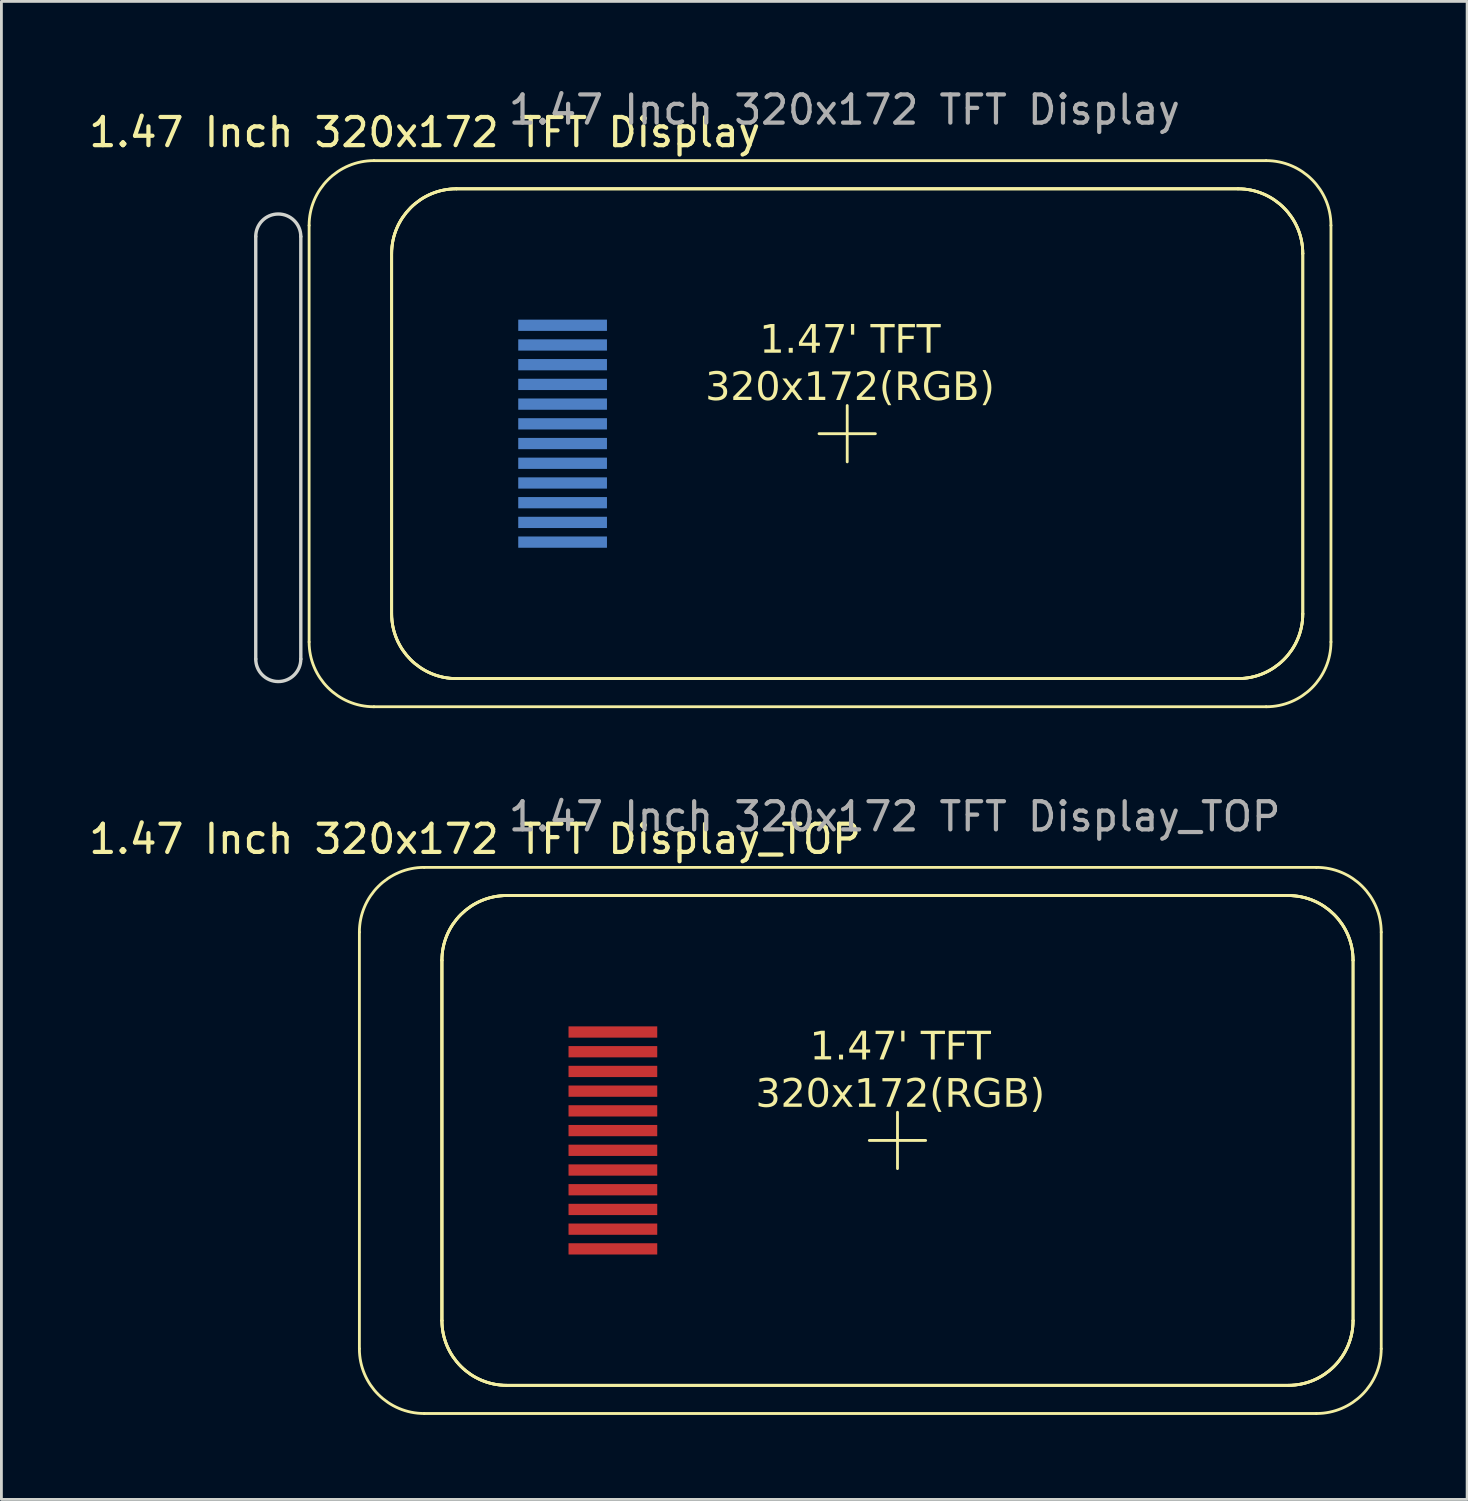
<source format=kicad_pcb>
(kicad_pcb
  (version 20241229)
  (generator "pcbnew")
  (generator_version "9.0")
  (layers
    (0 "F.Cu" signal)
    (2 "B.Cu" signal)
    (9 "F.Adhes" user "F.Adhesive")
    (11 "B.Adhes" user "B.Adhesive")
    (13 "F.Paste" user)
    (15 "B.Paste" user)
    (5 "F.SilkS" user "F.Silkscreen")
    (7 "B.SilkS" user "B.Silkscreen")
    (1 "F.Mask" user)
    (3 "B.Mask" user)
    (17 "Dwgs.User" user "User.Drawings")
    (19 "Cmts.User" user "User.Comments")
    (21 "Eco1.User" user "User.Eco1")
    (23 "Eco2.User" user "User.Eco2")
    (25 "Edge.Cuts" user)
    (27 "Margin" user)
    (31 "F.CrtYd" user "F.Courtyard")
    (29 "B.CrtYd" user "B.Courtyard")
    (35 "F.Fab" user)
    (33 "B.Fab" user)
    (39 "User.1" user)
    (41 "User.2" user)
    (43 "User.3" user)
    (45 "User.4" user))
  (footprint "1.47 Inch 320x172 TFT Display"
    (layer "F.Cu")
    (at 27.03 12.348)
    (property "Reference" "1.47 Inch 320x172 TFT Display" (at -15 -10.7 0) (unlocked yes) (layer "F.SilkS") (effects (font (size 1 1) (thickness 0.15))))
    (attr smd)
    (fp_line (start -19.105 -7.395) (end -19.105 7.395) (stroke (width 0.1) (type solid)) (layer "F.SilkS"))
    (fp_line (start -16.805 9.695) (end 14.875 9.695) (stroke (width 0.1) (type solid)) (layer "F.SilkS"))
    (fp_line (start -16.175 -6.395) (end -16.175 6.395) (stroke (width 0.1) (type solid)) (layer "F.SilkS"))
    (fp_line (start -16.175 -6.395) (end -16.175 6.395) (stroke (width 0.1) (type solid)) (layer "F.SilkS"))
    (fp_line (start -16.175 6.395) (end -16.175 -6.395) (stroke (width 0.1) (type solid)) (layer "F.SilkS"))
    (fp_line (start -13.875 -8.695) (end 13.875 -8.695) (stroke (width 0.1) (type solid)) (layer "F.SilkS"))
    (fp_line (start -13.875 8.695) (end 13.875 8.695) (stroke (width 0.1) (type solid)) (layer "F.SilkS"))
    (fp_line (start -13.875 8.695) (end 13.875 8.695) (stroke (width 0.1) (type solid)) (layer "F.SilkS"))
    (fp_line (start 0 1) (end 0 -1) (stroke (width 0.1) (type solid)) (layer "F.SilkS"))
    (fp_line (start 1 0) (end -1 0) (stroke (width 0.1) (type solid)) (layer "F.SilkS"))
    (fp_line (start 13.875 -8.695) (end -13.875 -8.695) (stroke (width 0.1) (type solid)) (layer "F.SilkS"))
    (fp_line (start 13.875 -8.695) (end -13.875 -8.695) (stroke (width 0.1) (type solid)) (layer "F.SilkS"))
    (fp_line (start 13.875 8.695) (end -13.875 8.695) (stroke (width 0.1) (type solid)) (layer "F.SilkS"))
    (fp_line (start 14.875 -9.695) (end -16.805 -9.695) (stroke (width 0.1) (type solid)) (layer "F.SilkS"))
    (fp_line (start 16.175 6.395) (end 16.175 -6.395) (stroke (width 0.1) (type solid)) (layer "F.SilkS"))
    (fp_line (start 16.175 6.395) (end 16.175 -6.395) (stroke (width 0.1) (type solid)) (layer "F.SilkS"))
    (fp_line (start 17.175 7.395) (end 17.175 -7.395) (stroke (width 0.1) (type solid)) (layer "F.SilkS"))
    (fp_arc (start -19.105 -7.395) (mid -18.431346 -9.021346) (end -16.805 -9.695) (stroke (width 0.1) (type solid)) (layer "F.SilkS"))
    (fp_arc (start -16.805 9.695) (mid -18.431346 9.021346) (end -19.105 7.395) (stroke (width 0.1) (type solid)) (layer "F.SilkS"))
    (fp_arc (start -16.175 -6.395) (mid -15.501346 -8.021346) (end -13.875 -8.695) (stroke (width 0.1) (type solid)) (layer "F.SilkS"))
    (fp_arc (start -16.175 -6.395) (mid -15.501346 -8.021346) (end -13.875 -8.695) (stroke (width 0.1) (type solid)) (layer "F.SilkS"))
    (fp_arc (start -16.175 -6.395) (mid -15.501346 -8.021346) (end -13.875 -8.695) (stroke (width 0.1) (type solid)) (layer "F.SilkS"))
    (fp_arc (start -13.875 8.695) (mid -15.501346 8.021346) (end -16.175 6.395) (stroke (width 0.1) (type solid)) (layer "F.SilkS"))
    (fp_arc (start -13.875 8.695) (mid -15.501346 8.021346) (end -16.175 6.395) (stroke (width 0.1) (type solid)) (layer "F.SilkS"))
    (fp_arc (start -13.875 8.695) (mid -15.501346 8.021346) (end -16.175 6.395) (stroke (width 0.1) (type solid)) (layer "F.SilkS"))
    (fp_arc (start 13.875 -8.695) (mid 15.501346 -8.021346) (end 16.175 -6.395) (stroke (width 0.1) (type solid)) (layer "F.SilkS"))
    (fp_arc (start 13.875 -8.695) (mid 15.501346 -8.021346) (end 16.175 -6.395) (stroke (width 0.1) (type solid)) (layer "F.SilkS"))
    (fp_arc (start 13.875 -8.695) (mid 15.501346 -8.021346) (end 16.175 -6.395) (stroke (width 0.1) (type solid)) (layer "F.SilkS"))
    (fp_arc (start 14.875 -9.695) (mid 16.501346 -9.021346) (end 17.175 -7.395) (stroke (width 0.1) (type solid)) (layer "F.SilkS"))
    (fp_arc (start 16.175 6.395) (mid 15.501346 8.021346) (end 13.875 8.695) (stroke (width 0.1) (type solid)) (layer "F.SilkS"))
    (fp_arc (start 16.175 6.395) (mid 15.501346 8.021346) (end 13.875 8.695) (stroke (width 0.1) (type solid)) (layer "F.SilkS"))
    (fp_arc (start 16.175 6.395) (mid 15.501346 8.021346) (end 13.875 8.695) (stroke (width 0.1) (type solid)) (layer "F.SilkS"))
    (fp_arc (start 17.175 7.395) (mid 16.501346 9.021346) (end 14.875 9.695) (stroke (width 0.1) (type solid)) (layer "F.SilkS"))
    (fp_line (start -21 -7) (end -21 8) (stroke (width 0.12) (type default)) (layer "Edge.Cuts"))
    (fp_line (start -19.4 -7) (end -19.4 8) (stroke (width 0.12) (type default)) (layer "Edge.Cuts"))
    (fp_arc (start -21 -7) (mid -20.2 -7.8) (end -19.4 -7) (stroke (width 0.12) (type default)) (layer "Edge.Cuts"))
    (fp_arc (start -19.4 8) (mid -20.2 8.8) (end -21 8) (stroke (width 0.12) (type default)) (layer "Edge.Cuts"))
    (fp_text user "${REFERENCE}" (at -0.1 -11.5 0) (unlocked yes) (layer "F.Fab") (effects (font (size 1 1) (thickness 0.15))))
    (fp_text_box "1.47' TFT\n320x172(RGB)" (start -5.25 -5.8) (end 5.45 0.9) (margins 0.75 0.75 0.75 0.75) (layer "F.SilkS") (effects (font (face "MS Gothic") (size 1 1))) (border no) (stroke (width -0.000001) (type solid)))
    (pad "1" smd rect (at -10.105 3.85 90) (size 0.4 3.15) (layers "B.Cu" "B.Mask" "B.Paste"))
    (pad "2" smd rect (at -10.105 3.15 90) (size 0.4 3.15) (layers "B.Cu" "B.Mask" "B.Paste"))
    (pad "3" smd rect (at -10.105 2.45 90) (size 0.4 3.15) (layers "B.Cu" "B.Mask" "B.Paste"))
    (pad "4" smd rect (at -10.105 1.75 90) (size 0.4 3.15) (layers "B.Cu" "B.Mask" "B.Paste"))
    (pad "5" smd rect (at -10.105 1.05 90) (size 0.4 3.15) (layers "B.Cu" "B.Mask" "B.Paste"))
    (pad "6" smd rect (at -10.105 0.35 90) (size 0.4 3.15) (layers "B.Cu" "B.Mask" "B.Paste"))
    (pad "7" smd rect (at -10.105 -0.35 90) (size 0.4 3.15) (layers "B.Cu" "B.Mask" "B.Paste"))
    (pad "8" smd rect (at -10.105 -1.05 90) (size 0.4 3.15) (layers "B.Cu" "B.Mask" "B.Paste"))
    (pad "9" smd rect (at -10.105 -1.75 90) (size 0.4 3.15) (layers "B.Cu" "B.Mask" "B.Paste"))
    (pad "10" smd rect (at -10.105 -2.45 90) (size 0.4 3.15) (layers "B.Cu" "B.Mask" "B.Paste"))
    (pad "11" smd rect (at -10.105 -3.15 90) (size 0.4 3.15) (layers "B.Cu" "B.Mask" "B.Paste"))
    (pad "12" smd rect (at -10.105 -3.85 90) (size 0.4 3.15) (layers "B.Cu" "B.Mask" "B.Paste")))
  (footprint "1.47 Inch 320x172 TFT Display_TOP"
    (layer "F.Cu")
    (at 28.815 37.441)
    (property "Reference" "1.47 Inch 320x172 TFT Display_TOP" (at -15 -10.7 0) (unlocked yes) (layer "F.SilkS") (effects (font (size 1 1) (thickness 0.15))))
    (attr smd)
    (fp_line (start -19.105 -7.395) (end -19.105 7.395) (stroke (width 0.1) (type solid)) (layer "F.SilkS"))
    (fp_line (start -16.805 9.695) (end 14.875 9.695) (stroke (width 0.1) (type solid)) (layer "F.SilkS"))
    (fp_line (start -16.175 -6.395) (end -16.175 6.395) (stroke (width 0.1) (type solid)) (layer "F.SilkS"))
    (fp_line (start -16.175 -6.395) (end -16.175 6.395) (stroke (width 0.1) (type solid)) (layer "F.SilkS"))
    (fp_line (start -16.175 6.395) (end -16.175 -6.395) (stroke (width 0.1) (type solid)) (layer "F.SilkS"))
    (fp_line (start -13.875 -8.695) (end 13.875 -8.695) (stroke (width 0.1) (type solid)) (layer "F.SilkS"))
    (fp_line (start -13.875 8.695) (end 13.875 8.695) (stroke (width 0.1) (type solid)) (layer "F.SilkS"))
    (fp_line (start -13.875 8.695) (end 13.875 8.695) (stroke (width 0.1) (type solid)) (layer "F.SilkS"))
    (fp_line (start 0 1) (end 0 -1) (stroke (width 0.1) (type solid)) (layer "F.SilkS"))
    (fp_line (start 1 0) (end -1 0) (stroke (width 0.1) (type solid)) (layer "F.SilkS"))
    (fp_line (start 13.875 -8.695) (end -13.875 -8.695) (stroke (width 0.1) (type solid)) (layer "F.SilkS"))
    (fp_line (start 13.875 -8.695) (end -13.875 -8.695) (stroke (width 0.1) (type solid)) (layer "F.SilkS"))
    (fp_line (start 13.875 8.695) (end -13.875 8.695) (stroke (width 0.1) (type solid)) (layer "F.SilkS"))
    (fp_line (start 14.875 -9.695) (end -16.805 -9.695) (stroke (width 0.1) (type solid)) (layer "F.SilkS"))
    (fp_line (start 16.175 6.395) (end 16.175 -6.395) (stroke (width 0.1) (type solid)) (layer "F.SilkS"))
    (fp_line (start 16.175 6.395) (end 16.175 -6.395) (stroke (width 0.1) (type solid)) (layer "F.SilkS"))
    (fp_line (start 17.175 7.395) (end 17.175 -7.395) (stroke (width 0.1) (type solid)) (layer "F.SilkS"))
    (fp_arc (start -19.105 -7.395) (mid -18.431346 -9.021346) (end -16.805 -9.695) (stroke (width 0.1) (type solid)) (layer "F.SilkS"))
    (fp_arc (start -16.805 9.695) (mid -18.431346 9.021346) (end -19.105 7.395) (stroke (width 0.1) (type solid)) (layer "F.SilkS"))
    (fp_arc (start -16.175 -6.395) (mid -15.501346 -8.021346) (end -13.875 -8.695) (stroke (width 0.1) (type solid)) (layer "F.SilkS"))
    (fp_arc (start -16.175 -6.395) (mid -15.501346 -8.021346) (end -13.875 -8.695) (stroke (width 0.1) (type solid)) (layer "F.SilkS"))
    (fp_arc (start -16.175 -6.395) (mid -15.501346 -8.021346) (end -13.875 -8.695) (stroke (width 0.1) (type solid)) (layer "F.SilkS"))
    (fp_arc (start -13.875 8.695) (mid -15.501346 8.021346) (end -16.175 6.395) (stroke (width 0.1) (type solid)) (layer "F.SilkS"))
    (fp_arc (start -13.875 8.695) (mid -15.501346 8.021346) (end -16.175 6.395) (stroke (width 0.1) (type solid)) (layer "F.SilkS"))
    (fp_arc (start -13.875 8.695) (mid -15.501346 8.021346) (end -16.175 6.395) (stroke (width 0.1) (type solid)) (layer "F.SilkS"))
    (fp_arc (start 13.875 -8.695) (mid 15.501346 -8.021346) (end 16.175 -6.395) (stroke (width 0.1) (type solid)) (layer "F.SilkS"))
    (fp_arc (start 13.875 -8.695) (mid 15.501346 -8.021346) (end 16.175 -6.395) (stroke (width 0.1) (type solid)) (layer "F.SilkS"))
    (fp_arc (start 13.875 -8.695) (mid 15.501346 -8.021346) (end 16.175 -6.395) (stroke (width 0.1) (type solid)) (layer "F.SilkS"))
    (fp_arc (start 14.875 -9.695) (mid 16.501346 -9.021346) (end 17.175 -7.395) (stroke (width 0.1) (type solid)) (layer "F.SilkS"))
    (fp_arc (start 16.175 6.395) (mid 15.501346 8.021346) (end 13.875 8.695) (stroke (width 0.1) (type solid)) (layer "F.SilkS"))
    (fp_arc (start 16.175 6.395) (mid 15.501346 8.021346) (end 13.875 8.695) (stroke (width 0.1) (type solid)) (layer "F.SilkS"))
    (fp_arc (start 16.175 6.395) (mid 15.501346 8.021346) (end 13.875 8.695) (stroke (width 0.1) (type solid)) (layer "F.SilkS"))
    (fp_arc (start 17.175 7.395) (mid 16.501346 9.021346) (end 14.875 9.695) (stroke (width 0.1) (type solid)) (layer "F.SilkS"))
    (fp_text user "${REFERENCE}" (at -0.1 -11.5 0) (unlocked yes) (layer "F.Fab") (effects (font (size 1 1) (thickness 0.15))))
    (fp_text_box "1.47' TFT\n320x172(RGB)" (start -5.25 -5.8) (end 5.45 0.9) (margins 0.75 0.75 0.75 0.75) (layer "F.SilkS") (effects (font (face "MS Gothic") (size 1 1))) (border no) (stroke (width -0.000001) (type solid)))
    (pad "1" smd rect (at -10.105 3.85 270) (size 0.4 3.15) (layers "F.Cu" "F.Mask" "F.Paste"))
    (pad "2" smd rect (at -10.105 3.15 270) (size 0.4 3.15) (layers "F.Cu" "F.Mask" "F.Paste"))
    (pad "3" smd rect (at -10.105 2.45 270) (size 0.4 3.15) (layers "F.Cu" "F.Mask" "F.Paste"))
    (pad "4" smd rect (at -10.105 1.75 270) (size 0.4 3.15) (layers "F.Cu" "F.Mask" "F.Paste"))
    (pad "5" smd rect (at -10.105 1.05 270) (size 0.4 3.15) (layers "F.Cu" "F.Mask" "F.Paste"))
    (pad "6" smd rect (at -10.105 0.35 270) (size 0.4 3.15) (layers "F.Cu" "F.Mask" "F.Paste"))
    (pad "7" smd rect (at -10.105 -0.35 270) (size 0.4 3.15) (layers "F.Cu" "F.Mask" "F.Paste"))
    (pad "8" smd rect (at -10.105 -1.05 270) (size 0.4 3.15) (layers "F.Cu" "F.Mask" "F.Paste"))
    (pad "9" smd rect (at -10.105 -1.75 270) (size 0.4 3.15) (layers "F.Cu" "F.Mask" "F.Paste"))
    (pad "10" smd rect (at -10.105 -2.45 270) (size 0.4 3.15) (layers "F.Cu" "F.Mask" "F.Paste"))
    (pad "11" smd rect (at -10.105 -3.15 270) (size 0.4 3.15) (layers "F.Cu" "F.Mask" "F.Paste"))
    (pad "12" smd rect (at -10.105 -3.85 270) (size 0.4 3.15) (layers "F.Cu" "F.Mask" "F.Paste")))
  (gr_rect
    (start -3 -3)
    (end 49.04 50.187)
    (stroke (width 0.1) (type default))
    (fill no)
    (layer "Edge.Cuts")))
</source>
